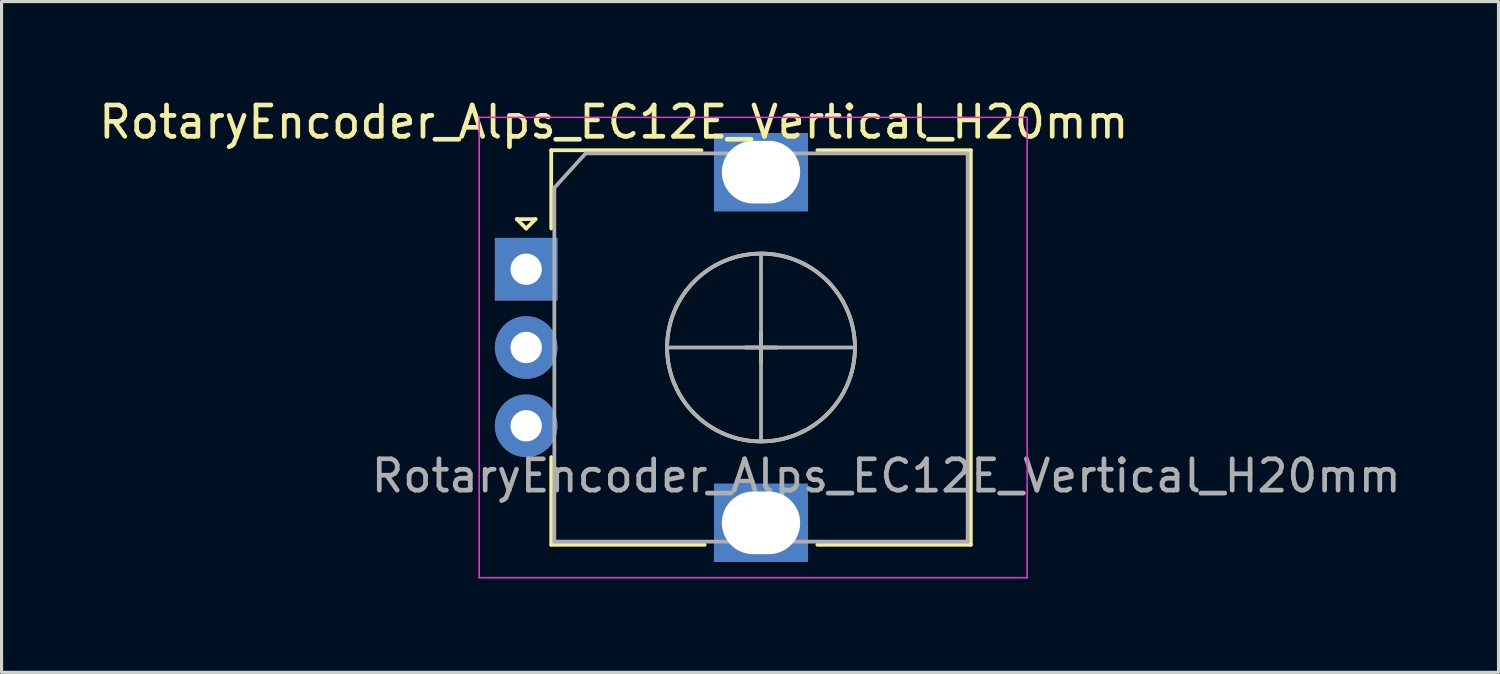
<source format=kicad_pcb>
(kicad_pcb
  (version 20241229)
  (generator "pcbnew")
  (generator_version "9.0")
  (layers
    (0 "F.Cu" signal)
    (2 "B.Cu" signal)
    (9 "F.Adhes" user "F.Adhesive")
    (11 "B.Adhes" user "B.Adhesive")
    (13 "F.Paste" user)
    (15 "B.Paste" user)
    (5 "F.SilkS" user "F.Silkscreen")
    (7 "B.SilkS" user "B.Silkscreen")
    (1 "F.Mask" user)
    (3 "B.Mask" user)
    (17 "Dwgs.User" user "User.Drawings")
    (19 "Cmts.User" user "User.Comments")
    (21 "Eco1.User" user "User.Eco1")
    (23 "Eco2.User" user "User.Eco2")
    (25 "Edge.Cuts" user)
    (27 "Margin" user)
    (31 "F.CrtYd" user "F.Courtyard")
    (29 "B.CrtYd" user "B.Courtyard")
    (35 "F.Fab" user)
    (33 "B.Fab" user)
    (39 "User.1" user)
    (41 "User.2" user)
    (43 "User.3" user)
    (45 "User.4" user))
  (footprint "RotaryEncoder_Alps_EC12E_Vertical_H20mm"
    (layer "F.Cu")
    (at 13.754 5.548)
    (property "Reference" "RotaryEncoder_Alps_EC12E_Vertical_H20mm" (at 2.8 -4.7 0) (layer "F.SilkS") (effects (font (size 1 1) (thickness 0.15))))
    (attr through_hole)
    (fp_line (start -0.3 -1.6) (end 0.3 -1.6) (stroke (width 0.12) (type solid)) (layer "F.SilkS"))
    (fp_line (start 0 -1.3) (end -0.3 -1.6) (stroke (width 0.12) (type solid)) (layer "F.SilkS"))
    (fp_line (start 0.3 -1.6) (end 0 -1.3) (stroke (width 0.12) (type solid)) (layer "F.SilkS"))
    (fp_line (start 0.8 -3.8) (end 0.8 -1.3) (stroke (width 0.12) (type solid)) (layer "F.SilkS"))
    (fp_line (start 0.8 8.8) (end 0.8 6) (stroke (width 0.12) (type solid)) (layer "F.SilkS"))
    (fp_line (start 5.6 -3.8) (end 0.8 -3.8) (stroke (width 0.12) (type solid)) (layer "F.SilkS"))
    (fp_line (start 5.7 8.8) (end 0.8 8.8) (stroke (width 0.12) (type solid)) (layer "F.SilkS"))
    (fp_line (start 7 2.5) (end 8 2.5) (stroke (width 0.12) (type solid)) (layer "F.SilkS"))
    (fp_line (start 7.5 2) (end 7.5 3) (stroke (width 0.12) (type solid)) (layer "F.SilkS"))
    (fp_line (start 9.3 -3.8) (end 14.2 -3.8) (stroke (width 0.12) (type solid)) (layer "F.SilkS"))
    (fp_line (start 14.2 -3.8) (end 14.2 8.8) (stroke (width 0.12) (type solid)) (layer "F.SilkS"))
    (fp_line (start 14.2 8.8) (end 9.3 8.8) (stroke (width 0.12) (type solid)) (layer "F.SilkS"))
    (fp_circle (center 7.5 2.5) (end 10.5 2.5) (stroke (width 0.12) (type solid)) (fill no) (layer "F.SilkS"))
    (fp_line (start -1.5 -4.85) (end -1.5 9.85) (stroke (width 0.05) (type solid)) (layer "F.CrtYd"))
    (fp_line (start -1.5 -4.85) (end 16 -4.85) (stroke (width 0.05) (type solid)) (layer "F.CrtYd"))
    (fp_line (start 16 9.85) (end -1.5 9.85) (stroke (width 0.05) (type solid)) (layer "F.CrtYd"))
    (fp_line (start 16 9.85) (end 16 -4.85) (stroke (width 0.05) (type solid)) (layer "F.CrtYd"))
    (fp_line (start 0.9 -2.6) (end 1.9 -3.7) (stroke (width 0.12) (type solid)) (layer "F.Fab"))
    (fp_line (start 0.9 8.7) (end 0.9 -2.6) (stroke (width 0.12) (type solid)) (layer "F.Fab"))
    (fp_line (start 1.9 -3.7) (end 14.1 -3.7) (stroke (width 0.12) (type solid)) (layer "F.Fab"))
    (fp_line (start 4.5 2.5) (end 10.5 2.5) (stroke (width 0.12) (type solid)) (layer "F.Fab"))
    (fp_line (start 7.5 -0.5) (end 7.5 5.5) (stroke (width 0.12) (type solid)) (layer "F.Fab"))
    (fp_line (start 14.1 -3.7) (end 14.1 8.7) (stroke (width 0.12) (type solid)) (layer "F.Fab"))
    (fp_line (start 14.1 8.7) (end 0.9 8.7) (stroke (width 0.12) (type solid)) (layer "F.Fab"))
    (fp_circle (center 7.5 2.5) (end 10.5 2.5) (stroke (width 0.12) (type solid)) (fill no) (layer "F.Fab"))
    (fp_text user "${REFERENCE}" (at 11.5 6.6 0) (layer "F.Fab") (effects (font (size 1 1) (thickness 0.15))))
    (pad "A" thru_hole rect (at 0 0) (size 2 2) (drill 1) (layers "*.Cu" "*.Mask"))
    (pad "B" thru_hole circle (at 0 5) (size 2 2) (drill 1) (layers "*.Cu" "*.Mask"))
    (pad "C" thru_hole circle (at 0 2.5) (size 2 2) (drill 1) (layers "*.Cu" "*.Mask"))
    (pad "MP" thru_hole rect (at 7.5 -3.1) (size 3 2.5) (drill oval 2.5 2) (layers "*.Cu" "*.Mask"))
    (pad "MP" thru_hole rect (at 7.5 8.1) (size 3 2.5) (drill oval 2.5 2) (layers "*.Cu" "*.Mask")))
  (gr_rect
    (start -3 -3)
    (end 44.807 18.423)
    (stroke (width 0.1) (type default))
    (fill no)
    (layer "Edge.Cuts")))
</source>
